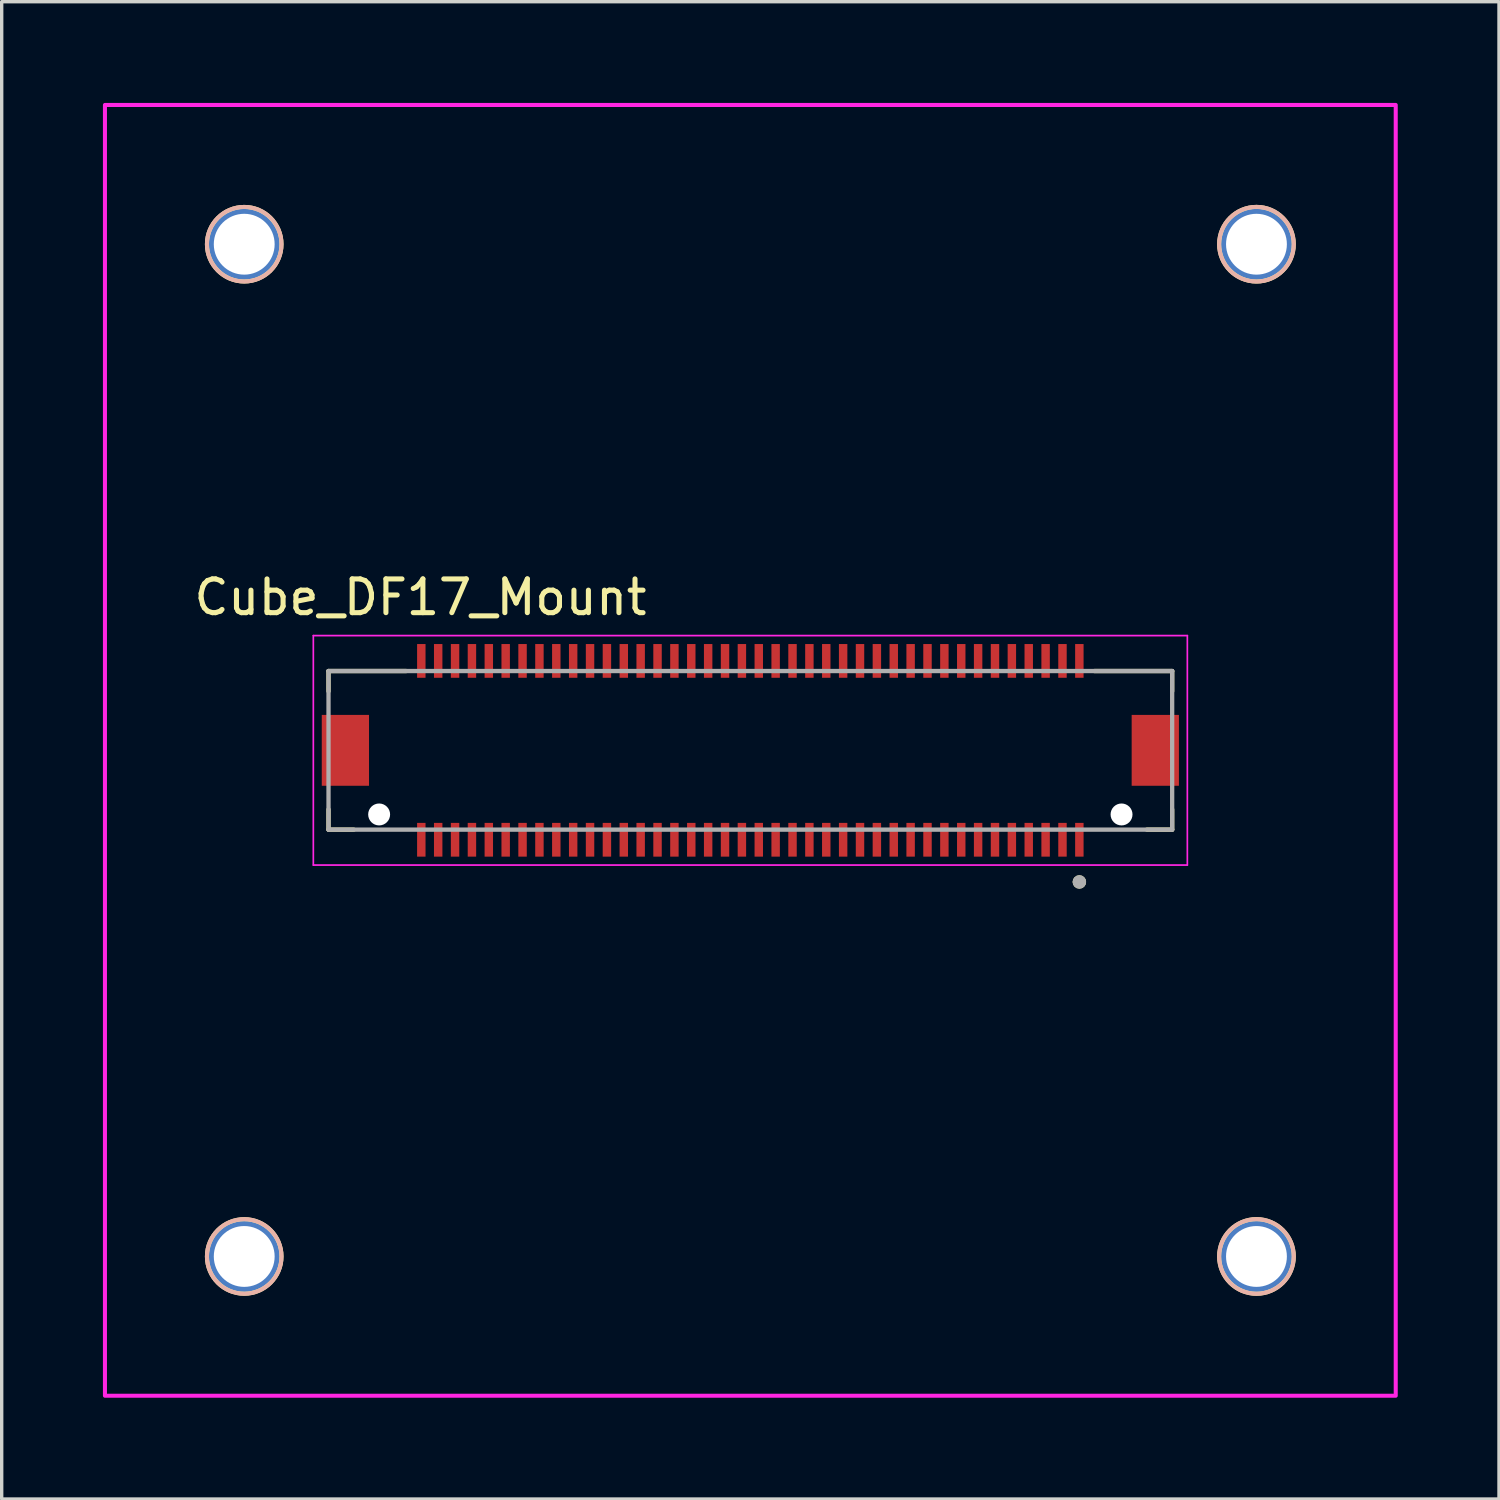
<source format=kicad_pcb>
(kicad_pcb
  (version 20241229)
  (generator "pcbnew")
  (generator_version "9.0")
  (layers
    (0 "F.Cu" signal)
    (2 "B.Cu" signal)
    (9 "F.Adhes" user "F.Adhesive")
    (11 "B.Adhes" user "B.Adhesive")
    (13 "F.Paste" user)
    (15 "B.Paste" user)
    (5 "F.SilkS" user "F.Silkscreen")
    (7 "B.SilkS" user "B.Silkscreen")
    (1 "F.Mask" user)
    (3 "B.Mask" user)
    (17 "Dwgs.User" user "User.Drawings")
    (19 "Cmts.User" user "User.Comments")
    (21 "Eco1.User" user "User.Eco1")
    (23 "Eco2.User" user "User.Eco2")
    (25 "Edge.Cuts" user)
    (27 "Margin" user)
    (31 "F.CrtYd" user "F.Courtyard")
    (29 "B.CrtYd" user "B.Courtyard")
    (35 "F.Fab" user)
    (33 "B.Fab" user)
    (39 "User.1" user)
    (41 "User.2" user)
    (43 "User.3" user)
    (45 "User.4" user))
  (footprint "Cube_DF17_Mount"
    (layer "F.Cu")
    (at 19.185 19.185)
    (property "Reference" "Cube_DF17_Mount" (at -9.775 -4.535 0) (layer "F.SilkS") (effects (font (size 1 1) (thickness 0.15))))
    (attr through_hole)
    (fp_line (start -12.5 -2.35) (end -12.5 -1.75) (stroke (width 0.127) (type solid)) (layer "F.SilkS"))
    (fp_line (start -12.5 2.35) (end -12.5 1.75) (stroke (width 0.127) (type solid)) (layer "F.SilkS"))
    (fp_line (start -12.5 2.35) (end -11.75 2.35) (stroke (width 0.127) (type solid)) (layer "F.SilkS"))
    (fp_line (start -10.195 -2.35) (end -12.5 -2.35) (stroke (width 0.127) (type solid)) (layer "F.SilkS"))
    (fp_line (start 11.75 2.35) (end 12.5 2.35) (stroke (width 0.127) (type solid)) (layer "F.SilkS"))
    (fp_line (start 12.5 -2.35) (end 10.195 -2.35) (stroke (width 0.127) (type solid)) (layer "F.SilkS"))
    (fp_line (start 12.5 -2.35) (end 12.5 -1.75) (stroke (width 0.127) (type solid)) (layer "F.SilkS"))
    (fp_line (start 12.5 2.35) (end 12.5 1.75) (stroke (width 0.127) (type solid)) (layer "F.SilkS"))
    (fp_circle (center -14.998 -14.998) (end -13.893 -14.998) (stroke (width 0.12) (type solid)) (fill no) (layer "F.SilkS"))
    (fp_circle (center -14.998 14.998) (end -13.893 14.998) (stroke (width 0.12) (type solid)) (fill no) (layer "F.SilkS"))
    (fp_circle (center 9.75 3.9) (end 9.85 3.9) (stroke (width 0.2) (type solid)) (fill no) (layer "F.SilkS"))
    (fp_circle (center 14.998 -14.998) (end 16.104 -14.998) (stroke (width 0.12) (type solid)) (fill no) (layer "F.SilkS"))
    (fp_circle (center 14.998 14.998) (end 16.104 14.998) (stroke (width 0.12) (type solid)) (fill no) (layer "F.SilkS"))
    (fp_circle (center -14.998 -14.998) (end -13.893 -14.998) (stroke (width 0.12) (type solid)) (fill no) (layer "B.SilkS"))
    (fp_circle (center -14.998 14.998) (end -13.893 14.998) (stroke (width 0.12) (type solid)) (fill no) (layer "B.SilkS"))
    (fp_circle (center 14.998 -14.998) (end 16.104 -14.998) (stroke (width 0.12) (type solid)) (fill no) (layer "B.SilkS"))
    (fp_circle (center 14.998 14.998) (end 16.104 14.998) (stroke (width 0.12) (type solid)) (fill no) (layer "B.SilkS"))
    (fp_line (start -12.95 -3.4) (end -12.95 3.4) (stroke (width 0.05) (type solid)) (layer "F.CrtYd"))
    (fp_line (start -12.95 3.4) (end 12.95 3.4) (stroke (width 0.05) (type solid)) (layer "F.CrtYd"))
    (fp_line (start 12.95 -3.4) (end -12.95 -3.4) (stroke (width 0.05) (type solid)) (layer "F.CrtYd"))
    (fp_line (start 12.95 3.4) (end 12.95 -3.4) (stroke (width 0.05) (type solid)) (layer "F.CrtYd"))
    (fp_rect (start -19.125 -19.125) (end 19.125 19.125) (stroke (width 0.12) (type solid)) (fill no) (layer "F.CrtYd"))
    (fp_line (start -12.5 -2.35) (end -12.5 2.35) (stroke (width 0.127) (type solid)) (layer "F.Fab"))
    (fp_line (start -12.5 2.35) (end 12.5 2.35) (stroke (width 0.127) (type solid)) (layer "F.Fab"))
    (fp_line (start 12.5 -2.35) (end -12.5 -2.35) (stroke (width 0.127) (type solid)) (layer "F.Fab"))
    (fp_line (start 12.5 2.35) (end 12.5 -2.35) (stroke (width 0.127) (type solid)) (layer "F.Fab"))
    (fp_circle (center 9.75 3.9) (end 9.85 3.9) (stroke (width 0.2) (type solid)) (fill no) (layer "F.Fab"))
    (pad "" np_thru_hole circle (at -11 1.9) (size 0.65 0.65) (drill 0.65) (layers "*.Cu" "*.Mask"))
    (pad "" np_thru_hole circle (at 11 1.9) (size 0.65 0.65) (drill 0.65) (layers "*.Cu" "*.Mask"))
    (pad "1" smd rect (at 9.75 2.65) (size 0.25 1) (layers "F.Cu" "F.Mask" "F.Paste"))
    (pad "2" smd rect (at 9.75 -2.65) (size 0.25 1) (layers "F.Cu" "F.Mask" "F.Paste"))
    (pad "3" smd rect (at 9.25 2.65) (size 0.25 1) (layers "F.Cu" "F.Mask" "F.Paste"))
    (pad "4" smd rect (at 9.25 -2.65) (size 0.25 1) (layers "F.Cu" "F.Mask" "F.Paste"))
    (pad "5" smd rect (at 8.75 2.65) (size 0.25 1) (layers "F.Cu" "F.Mask" "F.Paste"))
    (pad "6" smd rect (at 8.75 -2.65) (size 0.25 1) (layers "F.Cu" "F.Mask" "F.Paste"))
    (pad "7" smd rect (at 8.25 2.65) (size 0.25 1) (layers "F.Cu" "F.Mask" "F.Paste"))
    (pad "8" smd rect (at 8.25 -2.65) (size 0.25 1) (layers "F.Cu" "F.Mask" "F.Paste"))
    (pad "9" smd rect (at 7.75 2.65) (size 0.25 1) (layers "F.Cu" "F.Mask" "F.Paste"))
    (pad "10" smd rect (at 7.75 -2.65) (size 0.25 1) (layers "F.Cu" "F.Mask" "F.Paste"))
    (pad "11" smd rect (at 7.25 2.65) (size 0.25 1) (layers "F.Cu" "F.Mask" "F.Paste"))
    (pad "12" smd rect (at 7.25 -2.65) (size 0.25 1) (layers "F.Cu" "F.Mask" "F.Paste"))
    (pad "13" smd rect (at 6.75 2.65) (size 0.25 1) (layers "F.Cu" "F.Mask" "F.Paste"))
    (pad "14" smd rect (at 6.75 -2.65) (size 0.25 1) (layers "F.Cu" "F.Mask" "F.Paste"))
    (pad "15" smd rect (at 6.25 2.65) (size 0.25 1) (layers "F.Cu" "F.Mask" "F.Paste"))
    (pad "16" smd rect (at 6.25 -2.65) (size 0.25 1) (layers "F.Cu" "F.Mask" "F.Paste"))
    (pad "17" smd rect (at 5.75 2.65) (size 0.25 1) (layers "F.Cu" "F.Mask" "F.Paste"))
    (pad "18" smd rect (at 5.75 -2.65) (size 0.25 1) (layers "F.Cu" "F.Mask" "F.Paste"))
    (pad "19" smd rect (at 5.25 2.65) (size 0.25 1) (layers "F.Cu" "F.Mask" "F.Paste"))
    (pad "20" smd rect (at 5.25 -2.65) (size 0.25 1) (layers "F.Cu" "F.Mask" "F.Paste"))
    (pad "21" smd rect (at 4.75 2.65) (size 0.25 1) (layers "F.Cu" "F.Mask" "F.Paste"))
    (pad "22" smd rect (at 4.75 -2.65) (size 0.25 1) (layers "F.Cu" "F.Mask" "F.Paste"))
    (pad "23" smd rect (at 4.25 2.65) (size 0.25 1) (layers "F.Cu" "F.Mask" "F.Paste"))
    (pad "24" smd rect (at 4.25 -2.65) (size 0.25 1) (layers "F.Cu" "F.Mask" "F.Paste"))
    (pad "25" smd rect (at 3.75 2.65) (size 0.25 1) (layers "F.Cu" "F.Mask" "F.Paste"))
    (pad "26" smd rect (at 3.75 -2.65) (size 0.25 1) (layers "F.Cu" "F.Mask" "F.Paste"))
    (pad "27" smd rect (at 3.25 2.65) (size 0.25 1) (layers "F.Cu" "F.Mask" "F.Paste"))
    (pad "28" smd rect (at 3.25 -2.65) (size 0.25 1) (layers "F.Cu" "F.Mask" "F.Paste"))
    (pad "29" smd rect (at 2.75 2.65) (size 0.25 1) (layers "F.Cu" "F.Mask" "F.Paste"))
    (pad "30" smd rect (at 2.75 -2.65) (size 0.25 1) (layers "F.Cu" "F.Mask" "F.Paste"))
    (pad "31" smd rect (at 2.25 2.65) (size 0.25 1) (layers "F.Cu" "F.Mask" "F.Paste"))
    (pad "32" smd rect (at 2.25 -2.65) (size 0.25 1) (layers "F.Cu" "F.Mask" "F.Paste"))
    (pad "33" smd rect (at 1.75 2.65) (size 0.25 1) (layers "F.Cu" "F.Mask" "F.Paste"))
    (pad "34" smd rect (at 1.75 -2.65) (size 0.25 1) (layers "F.Cu" "F.Mask" "F.Paste"))
    (pad "35" smd rect (at 1.25 2.65) (size 0.25 1) (layers "F.Cu" "F.Mask" "F.Paste"))
    (pad "36" smd rect (at 1.25 -2.65) (size 0.25 1) (layers "F.Cu" "F.Mask" "F.Paste"))
    (pad "37" smd rect (at 0.75 2.65) (size 0.25 1) (layers "F.Cu" "F.Mask" "F.Paste"))
    (pad "38" smd rect (at 0.75 -2.65) (size 0.25 1) (layers "F.Cu" "F.Mask" "F.Paste"))
    (pad "39" smd rect (at 0.25 2.65) (size 0.25 1) (layers "F.Cu" "F.Mask" "F.Paste"))
    (pad "40" smd rect (at 0.25 -2.65) (size 0.25 1) (layers "F.Cu" "F.Mask" "F.Paste"))
    (pad "41" smd rect (at -0.25 2.65) (size 0.25 1) (layers "F.Cu" "F.Mask" "F.Paste"))
    (pad "42" smd rect (at -0.25 -2.65) (size 0.25 1) (layers "F.Cu" "F.Mask" "F.Paste"))
    (pad "43" smd rect (at -0.75 2.65) (size 0.25 1) (layers "F.Cu" "F.Mask" "F.Paste"))
    (pad "44" smd rect (at -0.75 -2.65) (size 0.25 1) (layers "F.Cu" "F.Mask" "F.Paste"))
    (pad "45" smd rect (at -1.25 2.65) (size 0.25 1) (layers "F.Cu" "F.Mask" "F.Paste"))
    (pad "46" smd rect (at -1.25 -2.65) (size 0.25 1) (layers "F.Cu" "F.Mask" "F.Paste"))
    (pad "47" smd rect (at -1.75 2.65) (size 0.25 1) (layers "F.Cu" "F.Mask" "F.Paste"))
    (pad "48" smd rect (at -1.75 -2.65) (size 0.25 1) (layers "F.Cu" "F.Mask" "F.Paste"))
    (pad "49" smd rect (at -2.25 2.65) (size 0.25 1) (layers "F.Cu" "F.Mask" "F.Paste"))
    (pad "50" smd rect (at -2.25 -2.65) (size 0.25 1) (layers "F.Cu" "F.Mask" "F.Paste"))
    (pad "51" smd rect (at -2.75 2.65) (size 0.25 1) (layers "F.Cu" "F.Mask" "F.Paste"))
    (pad "52" smd rect (at -2.75 -2.65) (size 0.25 1) (layers "F.Cu" "F.Mask" "F.Paste"))
    (pad "53" smd rect (at -3.25 2.65) (size 0.25 1) (layers "F.Cu" "F.Mask" "F.Paste"))
    (pad "54" smd rect (at -3.25 -2.65) (size 0.25 1) (layers "F.Cu" "F.Mask" "F.Paste"))
    (pad "55" smd rect (at -3.75 2.65) (size 0.25 1) (layers "F.Cu" "F.Mask" "F.Paste"))
    (pad "56" smd rect (at -3.75 -2.65) (size 0.25 1) (layers "F.Cu" "F.Mask" "F.Paste"))
    (pad "57" smd rect (at -4.25 2.65) (size 0.25 1) (layers "F.Cu" "F.Mask" "F.Paste"))
    (pad "58" smd rect (at -4.25 -2.65) (size 0.25 1) (layers "F.Cu" "F.Mask" "F.Paste"))
    (pad "59" smd rect (at -4.75 2.65) (size 0.25 1) (layers "F.Cu" "F.Mask" "F.Paste"))
    (pad "60" smd rect (at -4.75 -2.65) (size 0.25 1) (layers "F.Cu" "F.Mask" "F.Paste"))
    (pad "61" smd rect (at -5.25 2.65) (size 0.25 1) (layers "F.Cu" "F.Mask" "F.Paste"))
    (pad "62" smd rect (at -5.25 -2.65) (size 0.25 1) (layers "F.Cu" "F.Mask" "F.Paste"))
    (pad "63" smd rect (at -5.75 2.65) (size 0.25 1) (layers "F.Cu" "F.Mask" "F.Paste"))
    (pad "64" smd rect (at -5.75 -2.65) (size 0.25 1) (layers "F.Cu" "F.Mask" "F.Paste"))
    (pad "65" smd rect (at -6.25 2.65) (size 0.25 1) (layers "F.Cu" "F.Mask" "F.Paste"))
    (pad "66" smd rect (at -6.25 -2.65) (size 0.25 1) (layers "F.Cu" "F.Mask" "F.Paste"))
    (pad "67" smd rect (at -6.75 2.65) (size 0.25 1) (layers "F.Cu" "F.Mask" "F.Paste"))
    (pad "68" smd rect (at -6.75 -2.65) (size 0.25 1) (layers "F.Cu" "F.Mask" "F.Paste"))
    (pad "69" smd rect (at -7.25 2.65) (size 0.25 1) (layers "F.Cu" "F.Mask" "F.Paste"))
    (pad "70" smd rect (at -7.25 -2.65) (size 0.25 1) (layers "F.Cu" "F.Mask" "F.Paste"))
    (pad "71" smd rect (at -7.75 2.65) (size 0.25 1) (layers "F.Cu" "F.Mask" "F.Paste"))
    (pad "72" smd rect (at -7.75 -2.65) (size 0.25 1) (layers "F.Cu" "F.Mask" "F.Paste"))
    (pad "73" smd rect (at -8.25 2.65) (size 0.25 1) (layers "F.Cu" "F.Mask" "F.Paste"))
    (pad "74" smd rect (at -8.25 -2.65) (size 0.25 1) (layers "F.Cu" "F.Mask" "F.Paste"))
    (pad "75" smd rect (at -8.75 2.65) (size 0.25 1) (layers "F.Cu" "F.Mask" "F.Paste"))
    (pad "76" smd rect (at -8.75 -2.65) (size 0.25 1) (layers "F.Cu" "F.Mask" "F.Paste"))
    (pad "77" smd rect (at -9.25 2.65) (size 0.25 1) (layers "F.Cu" "F.Mask" "F.Paste"))
    (pad "78" smd rect (at -9.25 -2.65) (size 0.25 1) (layers "F.Cu" "F.Mask" "F.Paste"))
    (pad "79" smd rect (at -9.75 2.65) (size 0.25 1) (layers "F.Cu" "F.Mask" "F.Paste"))
    (pad "80" smd rect (at -9.75 -2.65) (size 0.25 1) (layers "F.Cu" "F.Mask" "F.Paste"))
    (pad "81" thru_hole circle (at -14.998 -14.998) (size 2.21 2.21) (drill 1.803) (layers "*.Cu" "*.Mask"))
    (pad "81" thru_hole circle (at -14.998 14.998) (size 2.21 2.21) (drill 1.803) (layers "*.Cu" "*.Mask"))
    (pad "81" thru_hole circle (at 14.998 -14.998) (size 2.21 2.21) (drill 1.803) (layers "*.Cu" "*.Mask"))
    (pad "81" thru_hole circle (at 14.998 14.998) (size 2.21 2.21) (drill 1.803) (layers "*.Cu" "*.Mask"))
    (pad "S1" smd rect (at 12 0) (size 1.4 2.1) (layers "F.Cu" "F.Mask" "F.Paste"))
    (pad "S2" smd rect (at -12 0) (size 1.4 2.1) (layers "F.Cu" "F.Mask" "F.Paste"))
    (zone (net_name "") (layer "F.Cu") (hatch full 0.508) (connect_pads) (min_thickness 0.01) (filled_areas_thickness no) (keepout (tracks not_allowed) (vias not_allowed) (pads not_allowed) (copperpour not_allowed) (footprints allowed)) (placement (enabled no)) (fill) (polygon (pts (xy 7.885 17.035) (xy 30.485 17.035) (xy 30.485 21.335) (xy 7.885 21.335))))
    (zone (net_name "") (layers "F.Cu" "B.Cu") (hatch full 0.508) (connect_pads) (min_thickness 0.01) (filled_areas_thickness no) (keepout (tracks allowed) (vias not_allowed) (pads allowed) (copperpour allowed) (footprints allowed)) (placement (enabled no)) (fill) (polygon (pts (xy 7.885 17.035) (xy 30.485 17.035) (xy 30.485 21.335) (xy 7.885 21.335)))))
  (gr_rect
    (start -3 -3)
    (end 41.37 41.37)
    (stroke (width 0.1) (type default))
    (fill no)
    (layer "Edge.Cuts")))
</source>
